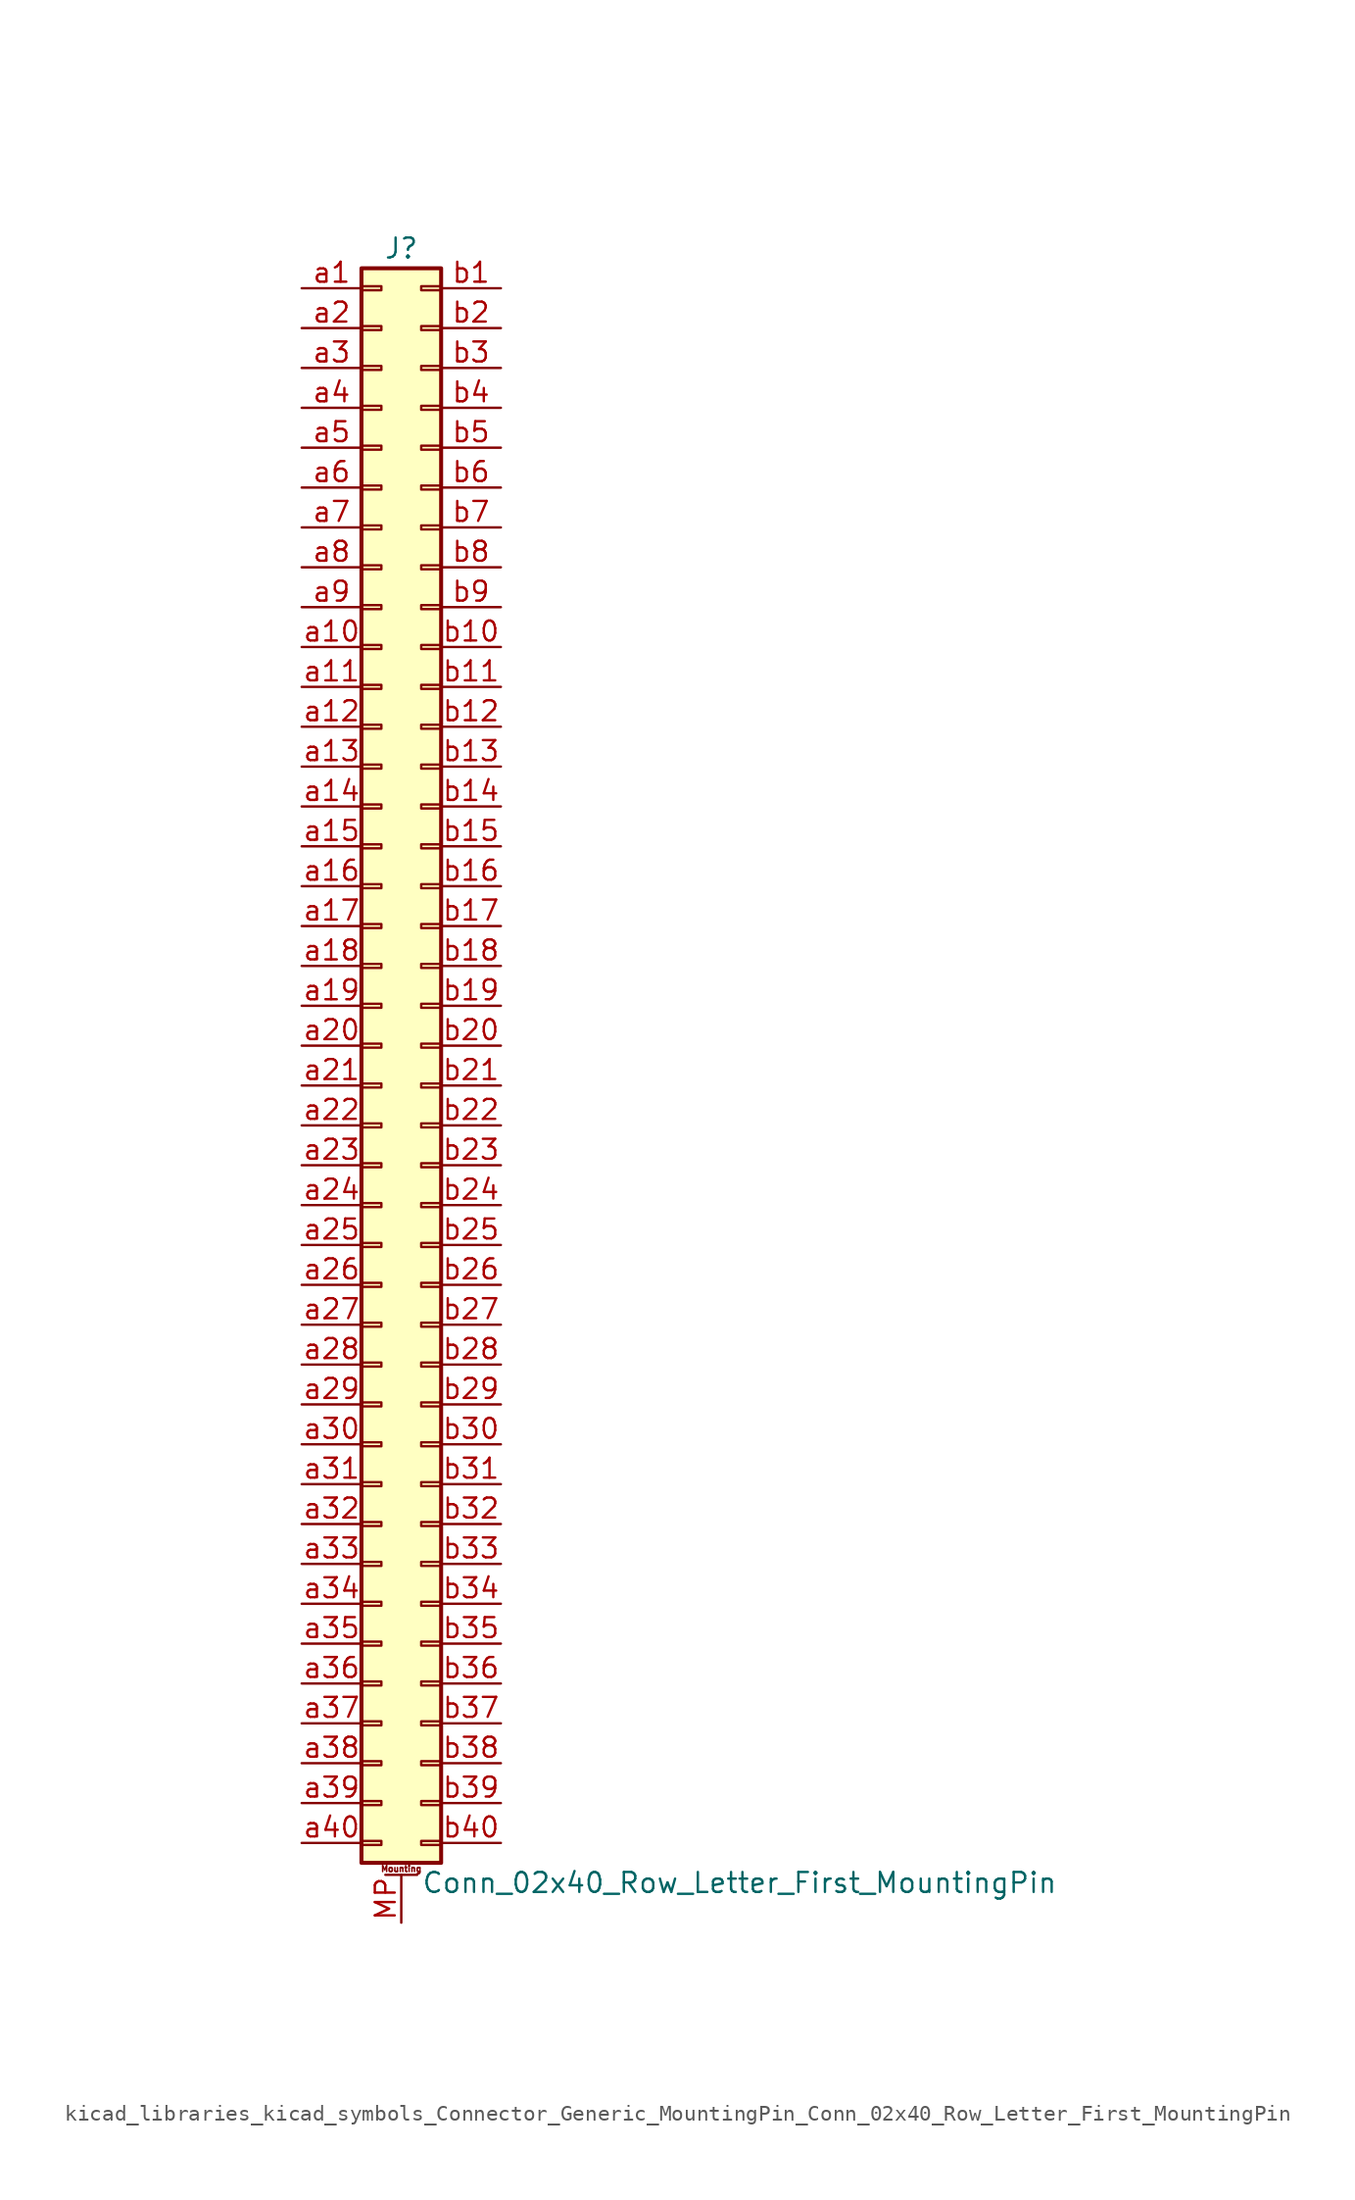
<source format=kicad_sym>
(kicad_symbol_lib
  (version 20220914)
  (generator kicad_symbol_editor)
  (symbol "kicad_libraries_kicad_symbols_Connector_Generic_MountingPin_Conn_02x40_Row_Letter_First_MountingPin"
    (pin_names
      (offset 1.016) hide)
    (property "Reference" "J"
      (at 1.27 50.8 0)
      (effects (font (size 1.27 1.27))))
    (property "Value" "Conn_02x40_Row_Letter_First_MountingPin"
      (at 2.54 -53.34 0)
      (effects (font (size 1.27 1.27)) (justify left)))
    (symbol "kicad_libraries_kicad_symbols_Connector_Generic_MountingPin_Conn_02x40_Row_Letter_First_MountingPin_1_1"
      (rectangle (start -1.27 -50.673) (end 0 -50.927) (stroke (width 0.152) (type default)) (fill (type none)))
      (rectangle (start -1.27 -48.133) (end 0 -48.387) (stroke (width 0.152) (type default)) (fill (type none)))
      (rectangle (start -1.27 -45.593) (end 0 -45.847) (stroke (width 0.152) (type default)) (fill (type none)))
      (rectangle (start -1.27 -43.053) (end 0 -43.307) (stroke (width 0.152) (type default)) (fill (type none)))
      (rectangle (start -1.27 -40.513) (end 0 -40.767) (stroke (width 0.152) (type default)) (fill (type none)))
      (rectangle (start -1.27 -37.973) (end 0 -38.227) (stroke (width 0.152) (type default)) (fill (type none)))
      (rectangle (start -1.27 -35.433) (end 0 -35.687) (stroke (width 0.152) (type default)) (fill (type none)))
      (rectangle (start -1.27 -32.893) (end 0 -33.147) (stroke (width 0.152) (type default)) (fill (type none)))
      (rectangle (start -1.27 -30.353) (end 0 -30.607) (stroke (width 0.152) (type default)) (fill (type none)))
      (rectangle (start -1.27 -27.813) (end 0 -28.067) (stroke (width 0.152) (type default)) (fill (type none)))
      (rectangle (start -1.27 -25.273) (end 0 -25.527) (stroke (width 0.152) (type default)) (fill (type none)))
      (rectangle (start -1.27 -22.733) (end 0 -22.987) (stroke (width 0.152) (type default)) (fill (type none)))
      (rectangle (start -1.27 -20.193) (end 0 -20.447) (stroke (width 0.152) (type default)) (fill (type none)))
      (rectangle (start -1.27 -17.653) (end 0 -17.907) (stroke (width 0.152) (type default)) (fill (type none)))
      (rectangle (start -1.27 -15.113) (end 0 -15.367) (stroke (width 0.152) (type default)) (fill (type none)))
      (rectangle (start -1.27 -12.573) (end 0 -12.827) (stroke (width 0.152) (type default)) (fill (type none)))
      (rectangle (start -1.27 -10.033) (end 0 -10.287) (stroke (width 0.152) (type default)) (fill (type none)))
      (rectangle (start -1.27 -7.493) (end 0 -7.747) (stroke (width 0.152) (type default)) (fill (type none)))
      (rectangle (start -1.27 -4.953) (end 0 -5.207) (stroke (width 0.152) (type default)) (fill (type none)))
      (rectangle (start -1.27 -2.413) (end 0 -2.667) (stroke (width 0.152) (type default)) (fill (type none)))
      (rectangle (start -1.27 0.127) (end 0 -0.127) (stroke (width 0.152) (type default)) (fill (type none)))
      (rectangle (start -1.27 2.667) (end 0 2.413) (stroke (width 0.152) (type default)) (fill (type none)))
      (rectangle (start -1.27 5.207) (end 0 4.953) (stroke (width 0.152) (type default)) (fill (type none)))
      (rectangle (start -1.27 7.747) (end 0 7.493) (stroke (width 0.152) (type default)) (fill (type none)))
      (rectangle (start -1.27 10.287) (end 0 10.033) (stroke (width 0.152) (type default)) (fill (type none)))
      (rectangle (start -1.27 12.827) (end 0 12.573) (stroke (width 0.152) (type default)) (fill (type none)))
      (rectangle (start -1.27 15.367) (end 0 15.113) (stroke (width 0.152) (type default)) (fill (type none)))
      (rectangle (start -1.27 17.907) (end 0 17.653) (stroke (width 0.152) (type default)) (fill (type none)))
      (rectangle (start -1.27 20.447) (end 0 20.193) (stroke (width 0.152) (type default)) (fill (type none)))
      (rectangle (start -1.27 22.987) (end 0 22.733) (stroke (width 0.152) (type default)) (fill (type none)))
      (rectangle (start -1.27 25.527) (end 0 25.273) (stroke (width 0.152) (type default)) (fill (type none)))
      (rectangle (start -1.27 28.067) (end 0 27.813) (stroke (width 0.152) (type default)) (fill (type none)))
      (rectangle (start -1.27 30.607) (end 0 30.353) (stroke (width 0.152) (type default)) (fill (type none)))
      (rectangle (start -1.27 33.147) (end 0 32.893) (stroke (width 0.152) (type default)) (fill (type none)))
      (rectangle (start -1.27 35.687) (end 0 35.433) (stroke (width 0.152) (type default)) (fill (type none)))
      (rectangle (start -1.27 38.227) (end 0 37.973) (stroke (width 0.152) (type default)) (fill (type none)))
      (rectangle (start -1.27 40.767) (end 0 40.513) (stroke (width 0.152) (type default)) (fill (type none)))
      (rectangle (start -1.27 43.307) (end 0 43.053) (stroke (width 0.152) (type default)) (fill (type none)))
      (rectangle (start -1.27 45.847) (end 0 45.593) (stroke (width 0.152) (type default)) (fill (type none)))
      (rectangle (start -1.27 48.387) (end 0 48.133) (stroke (width 0.152) (type default)) (fill (type none)))
      (rectangle (start -1.27 49.53) (end 3.81 -52.07) (stroke (width 0.254) (type default)) (fill (type background)))
      (polyline (pts (xy 0.254 -52.832) (xy 2.286 -52.832)) (stroke (width 0.152) (type default)) (fill (type none)))
      (rectangle (start 3.81 -50.673) (end 2.54 -50.927) (stroke (width 0.152) (type default)) (fill (type none)))
      (rectangle (start 3.81 -48.133) (end 2.54 -48.387) (stroke (width 0.152) (type default)) (fill (type none)))
      (rectangle (start 3.81 -45.593) (end 2.54 -45.847) (stroke (width 0.152) (type default)) (fill (type none)))
      (rectangle (start 3.81 -43.053) (end 2.54 -43.307) (stroke (width 0.152) (type default)) (fill (type none)))
      (rectangle (start 3.81 -40.513) (end 2.54 -40.767) (stroke (width 0.152) (type default)) (fill (type none)))
      (rectangle (start 3.81 -37.973) (end 2.54 -38.227) (stroke (width 0.152) (type default)) (fill (type none)))
      (rectangle (start 3.81 -35.433) (end 2.54 -35.687) (stroke (width 0.152) (type default)) (fill (type none)))
      (rectangle (start 3.81 -32.893) (end 2.54 -33.147) (stroke (width 0.152) (type default)) (fill (type none)))
      (rectangle (start 3.81 -30.353) (end 2.54 -30.607) (stroke (width 0.152) (type default)) (fill (type none)))
      (rectangle (start 3.81 -27.813) (end 2.54 -28.067) (stroke (width 0.152) (type default)) (fill (type none)))
      (rectangle (start 3.81 -25.273) (end 2.54 -25.527) (stroke (width 0.152) (type default)) (fill (type none)))
      (rectangle (start 3.81 -22.733) (end 2.54 -22.987) (stroke (width 0.152) (type default)) (fill (type none)))
      (rectangle (start 3.81 -20.193) (end 2.54 -20.447) (stroke (width 0.152) (type default)) (fill (type none)))
      (rectangle (start 3.81 -17.653) (end 2.54 -17.907) (stroke (width 0.152) (type default)) (fill (type none)))
      (rectangle (start 3.81 -15.113) (end 2.54 -15.367) (stroke (width 0.152) (type default)) (fill (type none)))
      (rectangle (start 3.81 -12.573) (end 2.54 -12.827) (stroke (width 0.152) (type default)) (fill (type none)))
      (rectangle (start 3.81 -10.033) (end 2.54 -10.287) (stroke (width 0.152) (type default)) (fill (type none)))
      (rectangle (start 3.81 -7.493) (end 2.54 -7.747) (stroke (width 0.152) (type default)) (fill (type none)))
      (rectangle (start 3.81 -4.953) (end 2.54 -5.207) (stroke (width 0.152) (type default)) (fill (type none)))
      (rectangle (start 3.81 -2.413) (end 2.54 -2.667) (stroke (width 0.152) (type default)) (fill (type none)))
      (rectangle (start 3.81 0.127) (end 2.54 -0.127) (stroke (width 0.152) (type default)) (fill (type none)))
      (rectangle (start 3.81 2.667) (end 2.54 2.413) (stroke (width 0.152) (type default)) (fill (type none)))
      (rectangle (start 3.81 5.207) (end 2.54 4.953) (stroke (width 0.152) (type default)) (fill (type none)))
      (rectangle (start 3.81 7.747) (end 2.54 7.493) (stroke (width 0.152) (type default)) (fill (type none)))
      (rectangle (start 3.81 10.287) (end 2.54 10.033) (stroke (width 0.152) (type default)) (fill (type none)))
      (rectangle (start 3.81 12.827) (end 2.54 12.573) (stroke (width 0.152) (type default)) (fill (type none)))
      (rectangle (start 3.81 15.367) (end 2.54 15.113) (stroke (width 0.152) (type default)) (fill (type none)))
      (rectangle (start 3.81 17.907) (end 2.54 17.653) (stroke (width 0.152) (type default)) (fill (type none)))
      (rectangle (start 3.81 20.447) (end 2.54 20.193) (stroke (width 0.152) (type default)) (fill (type none)))
      (rectangle (start 3.81 22.987) (end 2.54 22.733) (stroke (width 0.152) (type default)) (fill (type none)))
      (rectangle (start 3.81 25.527) (end 2.54 25.273) (stroke (width 0.152) (type default)) (fill (type none)))
      (rectangle (start 3.81 28.067) (end 2.54 27.813) (stroke (width 0.152) (type default)) (fill (type none)))
      (rectangle (start 3.81 30.607) (end 2.54 30.353) (stroke (width 0.152) (type default)) (fill (type none)))
      (rectangle (start 3.81 33.147) (end 2.54 32.893) (stroke (width 0.152) (type default)) (fill (type none)))
      (rectangle (start 3.81 35.687) (end 2.54 35.433) (stroke (width 0.152) (type default)) (fill (type none)))
      (rectangle (start 3.81 38.227) (end 2.54 37.973) (stroke (width 0.152) (type default)) (fill (type none)))
      (rectangle (start 3.81 40.767) (end 2.54 40.513) (stroke (width 0.152) (type default)) (fill (type none)))
      (rectangle (start 3.81 43.307) (end 2.54 43.053) (stroke (width 0.152) (type default)) (fill (type none)))
      (rectangle (start 3.81 45.847) (end 2.54 45.593) (stroke (width 0.152) (type default)) (fill (type none)))
      (rectangle (start 3.81 48.387) (end 2.54 48.133) (stroke (width 0.152) (type default)) (fill (type none)))
      (text "Mounting" (at 1.27 -52.451 0) (effects (font (size 0.381 0.381))))
      (pin passive line (at 1.27 -55.88 90) (length 3.048) (name "MountPin" (effects (font (size 1.27 1.27)))) (number "MP" (effects (font (size 1.27 1.27)))))
      (pin passive line (at -5.08 48.26 0) (length 3.81) (name "Pin_a1" (effects (font (size 1.27 1.27)))) (number "a1" (effects (font (size 1.27 1.27)))))
      (pin passive line (at -5.08 25.4 0) (length 3.81) (name "Pin_a10" (effects (font (size 1.27 1.27)))) (number "a10" (effects (font (size 1.27 1.27)))))
      (pin passive line (at -5.08 22.86 0) (length 3.81) (name "Pin_a11" (effects (font (size 1.27 1.27)))) (number "a11" (effects (font (size 1.27 1.27)))))
      (pin passive line (at -5.08 20.32 0) (length 3.81) (name "Pin_a12" (effects (font (size 1.27 1.27)))) (number "a12" (effects (font (size 1.27 1.27)))))
      (pin passive line (at -5.08 17.78 0) (length 3.81) (name "Pin_a13" (effects (font (size 1.27 1.27)))) (number "a13" (effects (font (size 1.27 1.27)))))
      (pin passive line (at -5.08 15.24 0) (length 3.81) (name "Pin_a14" (effects (font (size 1.27 1.27)))) (number "a14" (effects (font (size 1.27 1.27)))))
      (pin passive line (at -5.08 12.7 0) (length 3.81) (name "Pin_a15" (effects (font (size 1.27 1.27)))) (number "a15" (effects (font (size 1.27 1.27)))))
      (pin passive line (at -5.08 10.16 0) (length 3.81) (name "Pin_a16" (effects (font (size 1.27 1.27)))) (number "a16" (effects (font (size 1.27 1.27)))))
      (pin passive line (at -5.08 7.62 0) (length 3.81) (name "Pin_a17" (effects (font (size 1.27 1.27)))) (number "a17" (effects (font (size 1.27 1.27)))))
      (pin passive line (at -5.08 5.08 0) (length 3.81) (name "Pin_a18" (effects (font (size 1.27 1.27)))) (number "a18" (effects (font (size 1.27 1.27)))))
      (pin passive line (at -5.08 2.54 0) (length 3.81) (name "Pin_a19" (effects (font (size 1.27 1.27)))) (number "a19" (effects (font (size 1.27 1.27)))))
      (pin passive line (at -5.08 45.72 0) (length 3.81) (name "Pin_a2" (effects (font (size 1.27 1.27)))) (number "a2" (effects (font (size 1.27 1.27)))))
      (pin passive line (at -5.08 0 0) (length 3.81) (name "Pin_a20" (effects (font (size 1.27 1.27)))) (number "a20" (effects (font (size 1.27 1.27)))))
      (pin passive line (at -5.08 -2.54 0) (length 3.81) (name "Pin_a21" (effects (font (size 1.27 1.27)))) (number "a21" (effects (font (size 1.27 1.27)))))
      (pin passive line (at -5.08 -5.08 0) (length 3.81) (name "Pin_a22" (effects (font (size 1.27 1.27)))) (number "a22" (effects (font (size 1.27 1.27)))))
      (pin passive line (at -5.08 -7.62 0) (length 3.81) (name "Pin_a23" (effects (font (size 1.27 1.27)))) (number "a23" (effects (font (size 1.27 1.27)))))
      (pin passive line (at -5.08 -10.16 0) (length 3.81) (name "Pin_a24" (effects (font (size 1.27 1.27)))) (number "a24" (effects (font (size 1.27 1.27)))))
      (pin passive line (at -5.08 -12.7 0) (length 3.81) (name "Pin_a25" (effects (font (size 1.27 1.27)))) (number "a25" (effects (font (size 1.27 1.27)))))
      (pin passive line (at -5.08 -15.24 0) (length 3.81) (name "Pin_a26" (effects (font (size 1.27 1.27)))) (number "a26" (effects (font (size 1.27 1.27)))))
      (pin passive line (at -5.08 -17.78 0) (length 3.81) (name "Pin_a27" (effects (font (size 1.27 1.27)))) (number "a27" (effects (font (size 1.27 1.27)))))
      (pin passive line (at -5.08 -20.32 0) (length 3.81) (name "Pin_a28" (effects (font (size 1.27 1.27)))) (number "a28" (effects (font (size 1.27 1.27)))))
      (pin passive line (at -5.08 -22.86 0) (length 3.81) (name "Pin_a29" (effects (font (size 1.27 1.27)))) (number "a29" (effects (font (size 1.27 1.27)))))
      (pin passive line (at -5.08 43.18 0) (length 3.81) (name "Pin_a3" (effects (font (size 1.27 1.27)))) (number "a3" (effects (font (size 1.27 1.27)))))
      (pin passive line (at -5.08 -25.4 0) (length 3.81) (name "Pin_a30" (effects (font (size 1.27 1.27)))) (number "a30" (effects (font (size 1.27 1.27)))))
      (pin passive line (at -5.08 -27.94 0) (length 3.81) (name "Pin_a31" (effects (font (size 1.27 1.27)))) (number "a31" (effects (font (size 1.27 1.27)))))
      (pin passive line (at -5.08 -30.48 0) (length 3.81) (name "Pin_a32" (effects (font (size 1.27 1.27)))) (number "a32" (effects (font (size 1.27 1.27)))))
      (pin passive line (at -5.08 -33.02 0) (length 3.81) (name "Pin_a33" (effects (font (size 1.27 1.27)))) (number "a33" (effects (font (size 1.27 1.27)))))
      (pin passive line (at -5.08 -35.56 0) (length 3.81) (name "Pin_a34" (effects (font (size 1.27 1.27)))) (number "a34" (effects (font (size 1.27 1.27)))))
      (pin passive line (at -5.08 -38.1 0) (length 3.81) (name "Pin_a35" (effects (font (size 1.27 1.27)))) (number "a35" (effects (font (size 1.27 1.27)))))
      (pin passive line (at -5.08 -40.64 0) (length 3.81) (name "Pin_a36" (effects (font (size 1.27 1.27)))) (number "a36" (effects (font (size 1.27 1.27)))))
      (pin passive line (at -5.08 -43.18 0) (length 3.81) (name "Pin_a37" (effects (font (size 1.27 1.27)))) (number "a37" (effects (font (size 1.27 1.27)))))
      (pin passive line (at -5.08 -45.72 0) (length 3.81) (name "Pin_a38" (effects (font (size 1.27 1.27)))) (number "a38" (effects (font (size 1.27 1.27)))))
      (pin passive line (at -5.08 -48.26 0) (length 3.81) (name "Pin_a39" (effects (font (size 1.27 1.27)))) (number "a39" (effects (font (size 1.27 1.27)))))
      (pin passive line (at -5.08 40.64 0) (length 3.81) (name "Pin_a4" (effects (font (size 1.27 1.27)))) (number "a4" (effects (font (size 1.27 1.27)))))
      (pin passive line (at -5.08 -50.8 0) (length 3.81) (name "Pin_a40" (effects (font (size 1.27 1.27)))) (number "a40" (effects (font (size 1.27 1.27)))))
      (pin passive line (at -5.08 38.1 0) (length 3.81) (name "Pin_a5" (effects (font (size 1.27 1.27)))) (number "a5" (effects (font (size 1.27 1.27)))))
      (pin passive line (at -5.08 35.56 0) (length 3.81) (name "Pin_a6" (effects (font (size 1.27 1.27)))) (number "a6" (effects (font (size 1.27 1.27)))))
      (pin passive line (at -5.08 33.02 0) (length 3.81) (name "Pin_a7" (effects (font (size 1.27 1.27)))) (number "a7" (effects (font (size 1.27 1.27)))))
      (pin passive line (at -5.08 30.48 0) (length 3.81) (name "Pin_a8" (effects (font (size 1.27 1.27)))) (number "a8" (effects (font (size 1.27 1.27)))))
      (pin passive line (at -5.08 27.94 0) (length 3.81) (name "Pin_a9" (effects (font (size 1.27 1.27)))) (number "a9" (effects (font (size 1.27 1.27)))))
      (pin passive line (at 7.62 48.26 180) (length 3.81) (name "Pin_b1" (effects (font (size 1.27 1.27)))) (number "b1" (effects (font (size 1.27 1.27)))))
      (pin passive line (at 7.62 25.4 180) (length 3.81) (name "Pin_b10" (effects (font (size 1.27 1.27)))) (number "b10" (effects (font (size 1.27 1.27)))))
      (pin passive line (at 7.62 22.86 180) (length 3.81) (name "Pin_b11" (effects (font (size 1.27 1.27)))) (number "b11" (effects (font (size 1.27 1.27)))))
      (pin passive line (at 7.62 20.32 180) (length 3.81) (name "Pin_b12" (effects (font (size 1.27 1.27)))) (number "b12" (effects (font (size 1.27 1.27)))))
      (pin passive line (at 7.62 17.78 180) (length 3.81) (name "Pin_b13" (effects (font (size 1.27 1.27)))) (number "b13" (effects (font (size 1.27 1.27)))))
      (pin passive line (at 7.62 15.24 180) (length 3.81) (name "Pin_b14" (effects (font (size 1.27 1.27)))) (number "b14" (effects (font (size 1.27 1.27)))))
      (pin passive line (at 7.62 12.7 180) (length 3.81) (name "Pin_b15" (effects (font (size 1.27 1.27)))) (number "b15" (effects (font (size 1.27 1.27)))))
      (pin passive line (at 7.62 10.16 180) (length 3.81) (name "Pin_b16" (effects (font (size 1.27 1.27)))) (number "b16" (effects (font (size 1.27 1.27)))))
      (pin passive line (at 7.62 7.62 180) (length 3.81) (name "Pin_b17" (effects (font (size 1.27 1.27)))) (number "b17" (effects (font (size 1.27 1.27)))))
      (pin passive line (at 7.62 5.08 180) (length 3.81) (name "Pin_b18" (effects (font (size 1.27 1.27)))) (number "b18" (effects (font (size 1.27 1.27)))))
      (pin passive line (at 7.62 2.54 180) (length 3.81) (name "Pin_b19" (effects (font (size 1.27 1.27)))) (number "b19" (effects (font (size 1.27 1.27)))))
      (pin passive line (at 7.62 45.72 180) (length 3.81) (name "Pin_b2" (effects (font (size 1.27 1.27)))) (number "b2" (effects (font (size 1.27 1.27)))))
      (pin passive line (at 7.62 0 180) (length 3.81) (name "Pin_b20" (effects (font (size 1.27 1.27)))) (number "b20" (effects (font (size 1.27 1.27)))))
      (pin passive line (at 7.62 -2.54 180) (length 3.81) (name "Pin_b21" (effects (font (size 1.27 1.27)))) (number "b21" (effects (font (size 1.27 1.27)))))
      (pin passive line (at 7.62 -5.08 180) (length 3.81) (name "Pin_b22" (effects (font (size 1.27 1.27)))) (number "b22" (effects (font (size 1.27 1.27)))))
      (pin passive line (at 7.62 -7.62 180) (length 3.81) (name "Pin_b23" (effects (font (size 1.27 1.27)))) (number "b23" (effects (font (size 1.27 1.27)))))
      (pin passive line (at 7.62 -10.16 180) (length 3.81) (name "Pin_b24" (effects (font (size 1.27 1.27)))) (number "b24" (effects (font (size 1.27 1.27)))))
      (pin passive line (at 7.62 -12.7 180) (length 3.81) (name "Pin_b25" (effects (font (size 1.27 1.27)))) (number "b25" (effects (font (size 1.27 1.27)))))
      (pin passive line (at 7.62 -15.24 180) (length 3.81) (name "Pin_b26" (effects (font (size 1.27 1.27)))) (number "b26" (effects (font (size 1.27 1.27)))))
      (pin passive line (at 7.62 -17.78 180) (length 3.81) (name "Pin_b27" (effects (font (size 1.27 1.27)))) (number "b27" (effects (font (size 1.27 1.27)))))
      (pin passive line (at 7.62 -20.32 180) (length 3.81) (name "Pin_b28" (effects (font (size 1.27 1.27)))) (number "b28" (effects (font (size 1.27 1.27)))))
      (pin passive line (at 7.62 -22.86 180) (length 3.81) (name "Pin_b29" (effects (font (size 1.27 1.27)))) (number "b29" (effects (font (size 1.27 1.27)))))
      (pin passive line (at 7.62 43.18 180) (length 3.81) (name "Pin_b3" (effects (font (size 1.27 1.27)))) (number "b3" (effects (font (size 1.27 1.27)))))
      (pin passive line (at 7.62 -25.4 180) (length 3.81) (name "Pin_b30" (effects (font (size 1.27 1.27)))) (number "b30" (effects (font (size 1.27 1.27)))))
      (pin passive line (at 7.62 -27.94 180) (length 3.81) (name "Pin_b31" (effects (font (size 1.27 1.27)))) (number "b31" (effects (font (size 1.27 1.27)))))
      (pin passive line (at 7.62 -30.48 180) (length 3.81) (name "Pin_b32" (effects (font (size 1.27 1.27)))) (number "b32" (effects (font (size 1.27 1.27)))))
      (pin passive line (at 7.62 -33.02 180) (length 3.81) (name "Pin_b33" (effects (font (size 1.27 1.27)))) (number "b33" (effects (font (size 1.27 1.27)))))
      (pin passive line (at 7.62 -35.56 180) (length 3.81) (name "Pin_b34" (effects (font (size 1.27 1.27)))) (number "b34" (effects (font (size 1.27 1.27)))))
      (pin passive line (at 7.62 -38.1 180) (length 3.81) (name "Pin_b35" (effects (font (size 1.27 1.27)))) (number "b35" (effects (font (size 1.27 1.27)))))
      (pin passive line (at 7.62 -40.64 180) (length 3.81) (name "Pin_b36" (effects (font (size 1.27 1.27)))) (number "b36" (effects (font (size 1.27 1.27)))))
      (pin passive line (at 7.62 -43.18 180) (length 3.81) (name "Pin_b37" (effects (font (size 1.27 1.27)))) (number "b37" (effects (font (size 1.27 1.27)))))
      (pin passive line (at 7.62 -45.72 180) (length 3.81) (name "Pin_b38" (effects (font (size 1.27 1.27)))) (number "b38" (effects (font (size 1.27 1.27)))))
      (pin passive line (at 7.62 -48.26 180) (length 3.81) (name "Pin_b39" (effects (font (size 1.27 1.27)))) (number "b39" (effects (font (size 1.27 1.27)))))
      (pin passive line (at 7.62 40.64 180) (length 3.81) (name "Pin_b4" (effects (font (size 1.27 1.27)))) (number "b4" (effects (font (size 1.27 1.27)))))
      (pin passive line (at 7.62 -50.8 180) (length 3.81) (name "Pin_b40" (effects (font (size 1.27 1.27)))) (number "b40" (effects (font (size 1.27 1.27)))))
      (pin passive line (at 7.62 38.1 180) (length 3.81) (name "Pin_b5" (effects (font (size 1.27 1.27)))) (number "b5" (effects (font (size 1.27 1.27)))))
      (pin passive line (at 7.62 35.56 180) (length 3.81) (name "Pin_b6" (effects (font (size 1.27 1.27)))) (number "b6" (effects (font (size 1.27 1.27)))))
      (pin passive line (at 7.62 33.02 180) (length 3.81) (name "Pin_b7" (effects (font (size 1.27 1.27)))) (number "b7" (effects (font (size 1.27 1.27)))))
      (pin passive line (at 7.62 30.48 180) (length 3.81) (name "Pin_b8" (effects (font (size 1.27 1.27)))) (number "b8" (effects (font (size 1.27 1.27)))))
      (pin passive line (at 7.62 27.94 180) (length 3.81) (name "Pin_b9" (effects (font (size 1.27 1.27)))) (number "b9" (effects (font (size 1.27 1.27))))))))
</source>
